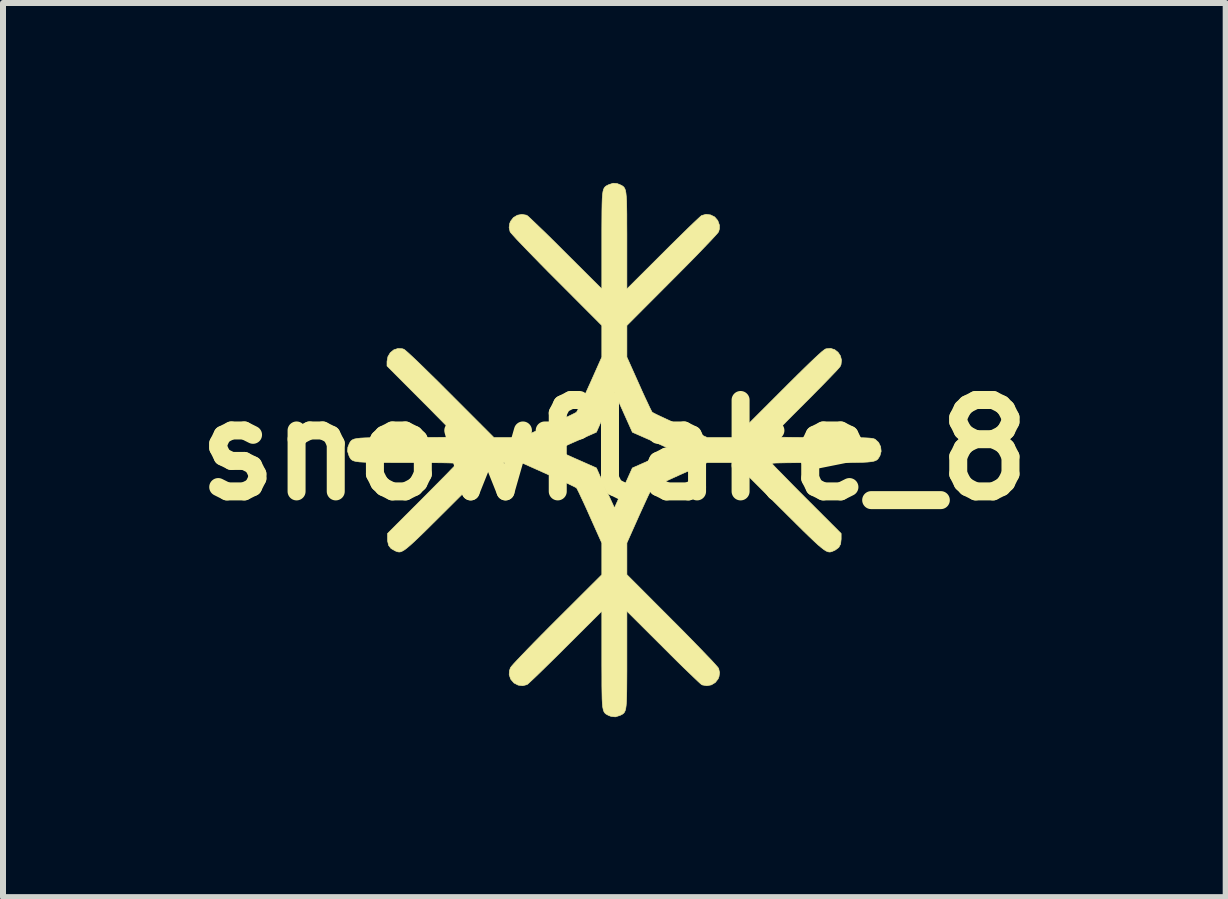
<source format=kicad_pcb>
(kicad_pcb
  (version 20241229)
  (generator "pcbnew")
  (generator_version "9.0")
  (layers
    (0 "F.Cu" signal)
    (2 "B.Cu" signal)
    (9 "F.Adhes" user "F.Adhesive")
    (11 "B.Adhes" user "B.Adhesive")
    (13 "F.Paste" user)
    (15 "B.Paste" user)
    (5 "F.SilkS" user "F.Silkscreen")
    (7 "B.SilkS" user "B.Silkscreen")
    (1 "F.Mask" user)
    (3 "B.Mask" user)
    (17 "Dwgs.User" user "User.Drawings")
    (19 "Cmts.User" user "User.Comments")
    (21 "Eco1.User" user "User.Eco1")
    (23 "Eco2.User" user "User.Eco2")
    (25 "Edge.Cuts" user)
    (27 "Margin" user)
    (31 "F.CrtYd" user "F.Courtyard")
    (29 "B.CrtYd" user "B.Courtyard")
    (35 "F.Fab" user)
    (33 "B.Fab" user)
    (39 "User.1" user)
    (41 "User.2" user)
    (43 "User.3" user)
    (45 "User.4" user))
  (footprint "snowflake_8"
    (layer "F.Cu")
    (at 7.192 4.453)
    (property "Reference" "snowflake_8" (at 0 0 0) (layer "F.SilkS") (effects (font (size 1.524 1.524) (thickness 0.3))))
    (attr through_hole)
    (fp_poly (pts (xy 0.046 -4.443) (xy 0.094 -4.424) (xy 0.12 -4.412) (xy 0.141 -4.399) (xy 0.159 -4.383) (xy 0.173 -4.361) (xy 0.185 -4.33) (xy 0.193 -4.287) (xy 0.199 -4.228) (xy 0.204 -4.151) (xy 0.206 -4.053) (xy 0.208 -3.931) (xy 0.208 -3.782) (xy 0.209 -3.602) (xy 0.209 -3.492) (xy 0.209 -2.686) (xy 0.813 -3.288) (xy 0.933 -3.408) (xy 1.048 -3.521) (xy 1.153 -3.624) (xy 1.246 -3.715) (xy 1.326 -3.792) (xy 1.389 -3.851) (xy 1.432 -3.891) (xy 1.454 -3.909) (xy 1.455 -3.91) (xy 1.529 -3.93) (xy 1.605 -3.92) (xy 1.673 -3.886) (xy 1.722 -3.829) (xy 1.727 -3.819) (xy 1.752 -3.749) (xy 1.751 -3.686) (xy 1.738 -3.639) (xy 1.722 -3.618) (xy 1.684 -3.575) (xy 1.626 -3.512) (xy 1.55 -3.432) (xy 1.458 -3.336) (xy 1.352 -3.226) (xy 1.234 -3.106) (xy 1.107 -2.978) (xy 0.973 -2.843) (xy 0.964 -2.834) (xy 0.209 -2.077) (xy 0.209 -1.55) (xy 0.41 -1.101) (xy 0.462 -0.984) (xy 0.511 -0.877) (xy 0.555 -0.784) (xy 0.59 -0.709) (xy 0.616 -0.657) (xy 0.63 -0.632) (xy 0.631 -0.631) (xy 0.652 -0.619) (xy 0.7 -0.594) (xy 0.772 -0.56) (xy 0.862 -0.518) (xy 0.968 -0.469) (xy 1.084 -0.417) (xy 1.1 -0.409) (xy 1.548 -0.209) (xy 2.008 -0.209) (xy 2.738 -0.939) (xy 2.901 -1.102) (xy 3.041 -1.241) (xy 3.16 -1.358) (xy 3.259 -1.454) (xy 3.341 -1.532) (xy 3.406 -1.592) (xy 3.456 -1.637) (xy 3.494 -1.667) (xy 3.519 -1.684) (xy 3.53 -1.688) (xy 3.605 -1.695) (xy 3.673 -1.674) (xy 3.729 -1.63) (xy 3.769 -1.57) (xy 3.787 -1.5) (xy 3.779 -1.426) (xy 3.765 -1.394) (xy 3.748 -1.373) (xy 3.709 -1.329) (xy 3.65 -1.267) (xy 3.574 -1.188) (xy 3.484 -1.095) (xy 3.382 -0.992) (xy 3.272 -0.88) (xy 3.183 -0.791) (xy 3.068 -0.676) (xy 2.961 -0.569) (xy 2.865 -0.472) (xy 2.782 -0.387) (xy 2.714 -0.317) (xy 2.663 -0.264) (xy 2.633 -0.232) (xy 2.625 -0.222) (xy 2.642 -0.219) (xy 2.69 -0.217) (xy 2.767 -0.214) (xy 2.868 -0.213) (xy 2.99 -0.211) (xy 3.13 -0.21) (xy 3.285 -0.209) (xy 3.451 -0.209) (xy 3.461 -0.209) (xy 3.655 -0.209) (xy 3.817 -0.208) (xy 3.951 -0.208) (xy 4.059 -0.206) (xy 4.144 -0.205) (xy 4.209 -0.202) (xy 4.258 -0.199) (xy 4.294 -0.195) (xy 4.319 -0.19) (xy 4.337 -0.184) (xy 4.348 -0.179) (xy 4.405 -0.127) (xy 4.439 -0.057) (xy 4.448 0.02) (xy 4.428 0.094) (xy 4.422 0.104) (xy 4.408 0.127) (xy 4.395 0.147) (xy 4.378 0.163) (xy 4.355 0.176) (xy 4.324 0.186) (xy 4.281 0.194) (xy 4.223 0.2) (xy 4.148 0.204) (xy 4.051 0.206) (xy 3.931 0.208) (xy 3.785 0.208) (xy 3.608 0.209) (xy 3.461 0.209) (xy 3.295 0.209) (xy 3.139 0.21) (xy 2.998 0.211) (xy 2.874 0.212) (xy 2.772 0.214) (xy 2.694 0.216) (xy 2.644 0.219) (xy 2.625 0.221) (xy 2.625 0.222) (xy 2.637 0.236) (xy 2.671 0.273) (xy 2.725 0.329) (xy 2.797 0.402) (xy 2.883 0.49) (xy 2.982 0.591) (xy 3.091 0.701) (xy 3.203 0.813) (xy 3.781 1.391) (xy 3.781 1.485) (xy 3.772 1.566) (xy 3.741 1.624) (xy 3.683 1.667) (xy 3.653 1.681) (xy 3.629 1.691) (xy 3.607 1.698) (xy 3.584 1.7) (xy 3.559 1.695) (xy 3.53 1.683) (xy 3.494 1.66) (xy 3.45 1.626) (xy 3.395 1.58) (xy 3.328 1.518) (xy 3.246 1.44) (xy 3.147 1.344) (xy 3.03 1.228) (xy 2.892 1.091) (xy 2.746 0.946) (xy 2.007 0.209) (xy 1.548 0.209) (xy 1.1 0.409) (xy 0.983 0.462) (xy 0.876 0.511) (xy 0.783 0.554) (xy 0.709 0.59) (xy 0.657 0.616) (xy 0.632 0.63) (xy 0.631 0.631) (xy 0.618 0.652) (xy 0.594 0.7) (xy 0.559 0.772) (xy 0.517 0.863) (xy 0.469 0.968) (xy 0.416 1.084) (xy 0.409 1.1) (xy 0.209 1.548) (xy 0.209 2.077) (xy 0.964 2.834) (xy 1.099 2.969) (xy 1.226 3.098) (xy 1.344 3.219) (xy 1.451 3.329) (xy 1.544 3.426) (xy 1.622 3.507) (xy 1.681 3.572) (xy 1.72 3.616) (xy 1.737 3.638) (xy 1.738 3.639) (xy 1.754 3.71) (xy 1.745 3.776) (xy 1.73 3.814) (xy 1.683 3.875) (xy 1.617 3.915) (xy 1.542 3.929) (xy 1.467 3.916) (xy 1.455 3.91) (xy 1.435 3.894) (xy 1.394 3.856) (xy 1.333 3.798) (xy 1.255 3.723) (xy 1.162 3.634) (xy 1.058 3.532) (xy 0.945 3.42) (xy 0.825 3.3) (xy 0.813 3.288) (xy 0.209 2.686) (xy 0.209 3.492) (xy 0.209 3.689) (xy 0.208 3.854) (xy 0.207 3.991) (xy 0.205 4.101) (xy 0.202 4.189) (xy 0.197 4.257) (xy 0.19 4.308) (xy 0.18 4.346) (xy 0.167 4.373) (xy 0.151 4.391) (xy 0.132 4.405) (xy 0.108 4.417) (xy 0.094 4.424) (xy 0.017 4.448) (xy -0.055 4.44) (xy -0.097 4.424) (xy -0.122 4.411) (xy -0.143 4.398) (xy -0.16 4.382) (xy -0.174 4.36) (xy -0.185 4.328) (xy -0.194 4.284) (xy -0.2 4.225) (xy -0.204 4.148) (xy -0.206 4.05) (xy -0.208 3.927) (xy -0.208 3.777) (xy -0.209 3.597) (xy -0.209 3.492) (xy -0.209 2.686) (xy -0.813 3.288) (xy -0.933 3.408) (xy -1.048 3.521) (xy -1.153 3.624) (xy -1.246 3.715) (xy -1.326 3.792) (xy -1.389 3.851) (xy -1.432 3.891) (xy -1.454 3.909) (xy -1.455 3.91) (xy -1.528 3.929) (xy -1.604 3.919) (xy -1.672 3.884) (xy -1.723 3.826) (xy -1.73 3.814) (xy -1.753 3.744) (xy -1.749 3.679) (xy -1.732 3.629) (xy -1.715 3.606) (xy -1.676 3.561) (xy -1.616 3.497) (xy -1.537 3.414) (xy -1.442 3.315) (xy -1.333 3.203) (xy -1.211 3.079) (xy -1.079 2.946) (xy -0.958 2.825) (xy -0.209 2.078) (xy -0.209 1.55) (xy -0.41 1.101) (xy -0.462 0.984) (xy -0.511 0.877) (xy -0.555 0.784) (xy -0.59 0.709) (xy -0.616 0.657) (xy -0.63 0.632) (xy -0.631 0.631) (xy -0.652 0.619) (xy -0.7 0.595) (xy -0.772 0.56) (xy -0.863 0.518) (xy -0.968 0.47) (xy -1.084 0.417) (xy -1.101 0.41) (xy -1.55 0.209) (xy -2.007 0.209) (xy -2.746 0.946) (xy -2.905 1.104) (xy -3.041 1.239) (xy -3.156 1.353) (xy -3.253 1.447) (xy -3.334 1.524) (xy -3.4 1.584) (xy -3.454 1.63) (xy -3.497 1.663) (xy -3.533 1.684) (xy -3.561 1.696) (xy -3.586 1.7) (xy -3.609 1.697) (xy -3.631 1.69) (xy -3.653 1.681) (xy -3.723 1.641) (xy -3.763 1.59) (xy -3.78 1.518) (xy -3.781 1.485) (xy -3.781 1.391) (xy -3.203 0.813) (xy -3.087 0.696) (xy -2.978 0.586) (xy -2.879 0.486) (xy -2.793 0.399) (xy -2.723 0.326) (xy -2.669 0.271) (xy -2.636 0.235) (xy -2.625 0.222) (xy -2.642 0.219) (xy -2.69 0.217) (xy -2.767 0.214) (xy -2.868 0.212) (xy -2.99 0.211) (xy -3.13 0.21) (xy -3.285 0.209) (xy -3.451 0.209) (xy -3.461 0.209) (xy -3.662 0.209) (xy -3.831 0.208) (xy -3.971 0.207) (xy -4.085 0.206) (xy -4.176 0.202) (xy -4.247 0.198) (xy -4.3 0.191) (xy -4.34 0.182) (xy -4.368 0.17) (xy -4.388 0.155) (xy -4.403 0.136) (xy -4.415 0.114) (xy -4.424 0.094) (xy -4.448 0.021) (xy -4.446 0) (xy -0.955 0) (xy -0.94 0.009) (xy -0.898 0.03) (xy -0.833 0.061) (xy -0.75 0.098) (xy -0.655 0.141) (xy -0.627 0.153) (xy -0.299 0.298) (xy -0.216 0.484) (xy -0.174 0.577) (xy -0.129 0.678) (xy -0.087 0.771) (xy -0.066 0.817) (xy 0.002 0.964) (xy 0.151 0.631) (xy 0.3 0.299) (xy 0.628 0.154) (xy 0.726 0.11) (xy 0.812 0.07) (xy 0.882 0.038) (xy 0.931 0.014) (xy 0.954 0.001) (xy 0.955 0) (xy 0.94 -0.009) (xy 0.898 -0.03) (xy 0.833 -0.061) (xy 0.751 -0.098) (xy 0.655 -0.141) (xy 0.628 -0.153) (xy 0.301 -0.297) (xy 0.152 -0.629) (xy 0.003 -0.961) (xy -0.031 -0.894) (xy -0.049 -0.855) (xy -0.079 -0.791) (xy -0.116 -0.71) (xy -0.157 -0.618) (xy -0.182 -0.562) (xy -0.299 -0.298) (xy -0.627 -0.153) (xy -0.725 -0.11) (xy -0.812 -0.07) (xy -0.882 -0.038) (xy -0.931 -0.014) (xy -0.954 -0.001) (xy -0.955 0) (xy -4.446 0) (xy -4.443 -0.046) (xy -4.424 -0.094) (xy -4.412 -0.119) (xy -4.4 -0.14) (xy -4.384 -0.158) (xy -4.363 -0.172) (xy -4.333 -0.184) (xy -4.291 -0.192) (xy -4.234 -0.199) (xy -4.159 -0.203) (xy -4.063 -0.206) (xy -3.944 -0.208) (xy -3.798 -0.208) (xy -3.623 -0.209) (xy -3.461 -0.209) (xy -3.295 -0.209) (xy -3.139 -0.21) (xy -2.998 -0.211) (xy -2.874 -0.212) (xy -2.772 -0.214) (xy -2.694 -0.216) (xy -2.644 -0.218) (xy -2.625 -0.221) (xy -2.625 -0.221) (xy -2.637 -0.236) (xy -2.671 -0.272) (xy -2.725 -0.328) (xy -2.797 -0.402) (xy -2.883 -0.49) (xy -2.982 -0.59) (xy -3.091 -0.701) (xy -3.208 -0.818) (xy -3.79 -1.402) (xy -3.79 -1.477) (xy -3.775 -1.557) (xy -3.736 -1.622) (xy -3.678 -1.67) (xy -3.609 -1.693) (xy -3.535 -1.689) (xy -3.508 -1.68) (xy -3.485 -1.663) (xy -3.439 -1.623) (xy -3.373 -1.562) (xy -3.288 -1.482) (xy -3.188 -1.385) (xy -3.073 -1.272) (xy -2.945 -1.147) (xy -2.808 -1.01) (xy -2.73 -0.932) (xy -2.008 -0.209) (xy -1.548 -0.209) (xy -1.1 -0.409) (xy -0.983 -0.462) (xy -0.876 -0.511) (xy -0.783 -0.554) (xy -0.709 -0.59) (xy -0.657 -0.616) (xy -0.632 -0.63) (xy -0.631 -0.631) (xy -0.619 -0.652) (xy -0.594 -0.7) (xy -0.56 -0.772) (xy -0.518 -0.863) (xy -0.469 -0.968) (xy -0.417 -1.084) (xy -0.409 -1.101) (xy -0.209 -1.55) (xy -0.209 -2.077) (xy -0.964 -2.834) (xy -1.099 -2.969) (xy -1.226 -3.098) (xy -1.344 -3.219) (xy -1.451 -3.329) (xy -1.544 -3.426) (xy -1.622 -3.507) (xy -1.681 -3.572) (xy -1.72 -3.616) (xy -1.737 -3.638) (xy -1.738 -3.639) (xy -1.754 -3.71) (xy -1.745 -3.776) (xy -1.73 -3.814) (xy -1.683 -3.875) (xy -1.617 -3.915) (xy -1.542 -3.929) (xy -1.467 -3.916) (xy -1.455 -3.91) (xy -1.435 -3.894) (xy -1.394 -3.856) (xy -1.333 -3.798) (xy -1.255 -3.723) (xy -1.162 -3.634) (xy -1.058 -3.532) (xy -0.945 -3.42) (xy -0.825 -3.3) (xy -0.813 -3.288) (xy -0.209 -2.686) (xy -0.209 -3.492) (xy -0.209 -3.689) (xy -0.208 -3.854) (xy -0.207 -3.991) (xy -0.205 -4.101) (xy -0.202 -4.189) (xy -0.197 -4.257) (xy -0.19 -4.308) (xy -0.18 -4.346) (xy -0.167 -4.373) (xy -0.151 -4.391) (xy -0.132 -4.405) (xy -0.108 -4.417) (xy -0.094 -4.424) (xy -0.021 -4.448) (xy 0.046 -4.443)) (stroke (width 0.01) (type solid)) (fill yes) (layer "F.SilkS")))
  (gr_rect
    (start -3 -3)
    (end 17.384 11.906)
    (stroke (width 0.1) (type default))
    (fill no)
    (layer "Edge.Cuts")))
</source>
